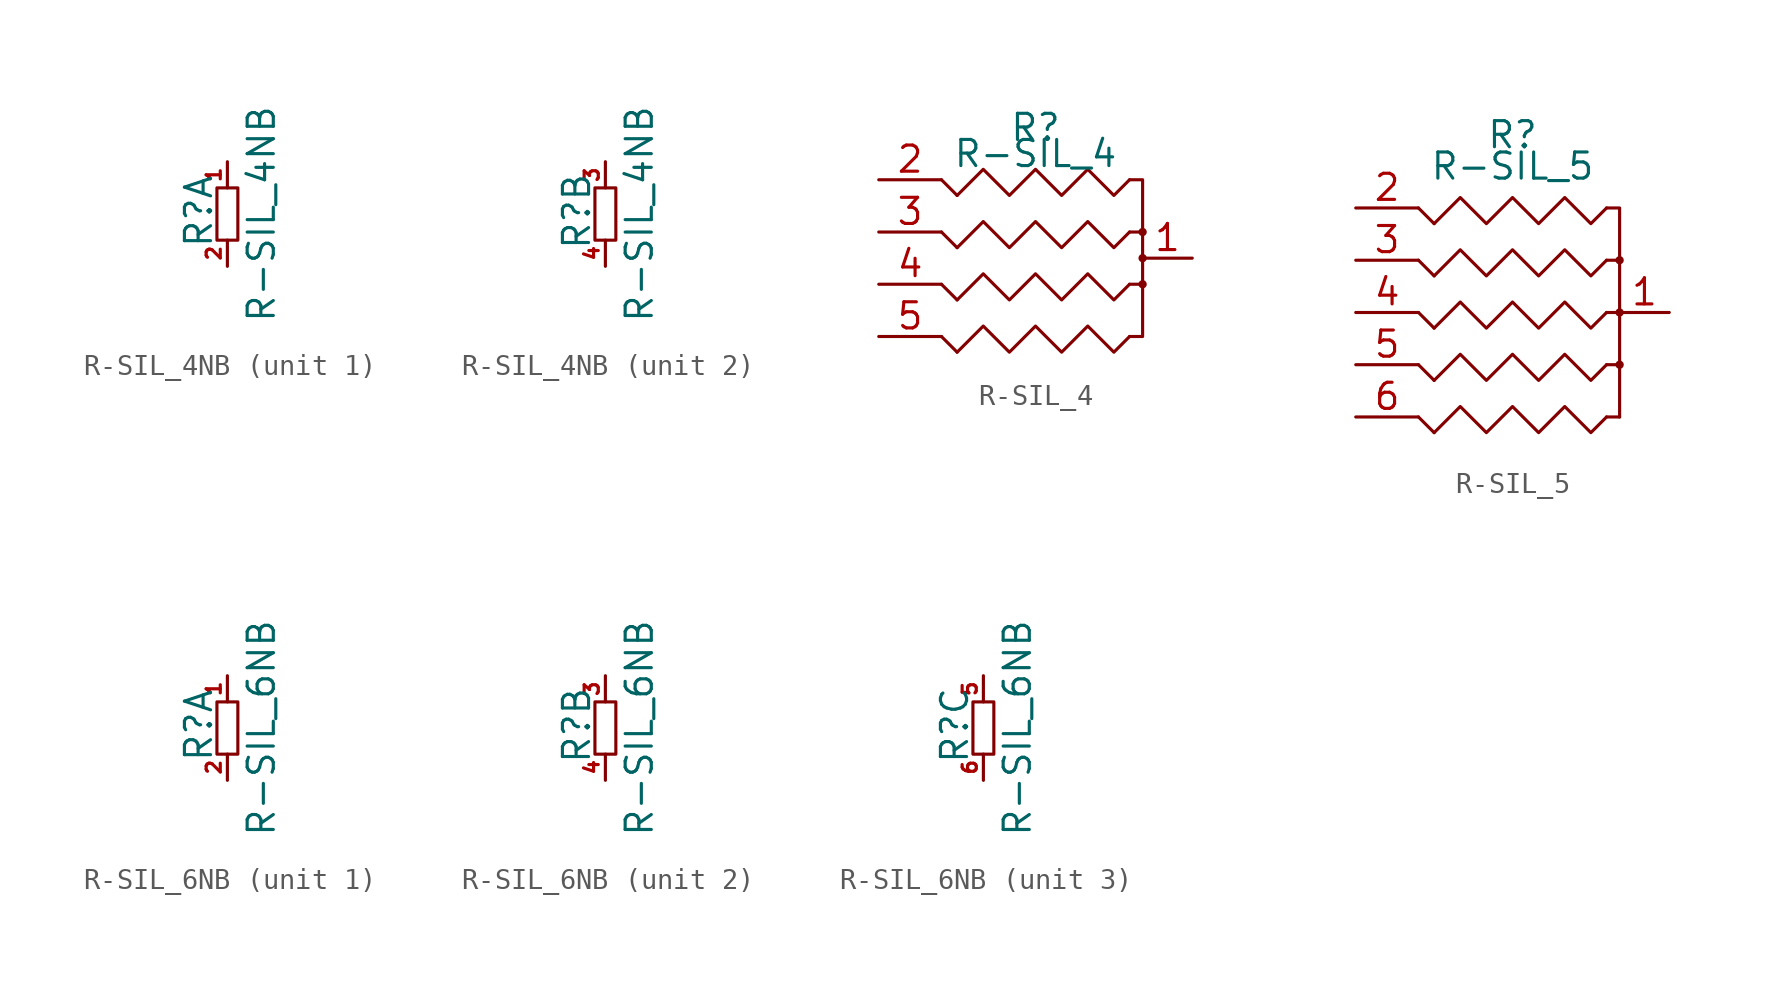
<source format=kicad_sym>
(kicad_symbol_lib
  (version 20220914)
  (generator kicad_symbol_editor)
  (symbol "R-SIL_4NB"
    (pin_names
      (offset 0) hide)
    (property "Reference" "R"
      (at -1.397 0.127 90)
      (effects (font (size 1.27 1.27))))
    (property "Value" "R-SIL_4NB"
      (at 1.651 0 90)
      (effects (font (size 1.27 1.27))))
    (property "Footprint" ""
      (at 0 0 0)
      (effects (font (size 1.524 1.524))))
    (property "Datasheet" ""
      (at 0 0 0)
      (effects (font (size 1.524 1.524))))
    (symbol "R-SIL_4NB_0_1"
      (rectangle (start 0.508 1.27) (end -0.508 -1.27) (stroke (width 0) (type solid)) (fill (type none))))
    (symbol "R-SIL_4NB_1_1"
      (pin passive line (at 0 2.54 270) (length 1.27) (name "~" (effects (font (size 0.686 0.686)))) (number "1" (effects (font (size 0.686 0.686)))))
      (pin passive line (at 0 -2.54 90) (length 1.27) (name "~" (effects (font (size 1.524 1.524)))) (number "2" (effects (font (size 0.686 0.686))))))
    (symbol "R-SIL_4NB_2_1"
      (pin passive line (at 0 2.54 270) (length 1.27) (name "~" (effects (font (size 0.686 0.686)))) (number "3" (effects (font (size 0.686 0.686)))))
      (pin passive line (at 0 -2.54 90) (length 1.27) (name "~" (effects (font (size 1.524 1.524)))) (number "4" (effects (font (size 0.686 0.686)))))))
  (symbol "R-SIL_4"
    (pin_names
      (offset 0) hide)
    (property "Reference" "R"
      (at 0 6.35 0)
      (effects (font (size 1.27 1.27))))
    (property "Value" "R-SIL_4"
      (at 0 5.08 0)
      (effects (font (size 1.27 1.27))))
    (property "Footprint" ""
      (at 0 0 0)
      (effects (font (size 1.524 1.524))))
    (property "Datasheet" ""
      (at 0 0 0)
      (effects (font (size 1.524 1.524))))
    (symbol "R-SIL_4_0_1"
      (polyline (pts (xy -3.81 -4.572) (xy -4.572 -3.81) (xy -4.572 -3.81)) (stroke (width 0) (type solid)) (fill (type none)))
      (polyline (pts (xy -3.81 -2.032) (xy -4.572 -1.27) (xy -4.572 -1.27)) (stroke (width 0) (type solid)) (fill (type none)))
      (polyline (pts (xy -3.81 0.508) (xy -4.572 1.27) (xy -4.572 1.27)) (stroke (width 0) (type solid)) (fill (type none)))
      (polyline (pts (xy -3.81 3.048) (xy -4.572 3.81) (xy -4.572 3.81)) (stroke (width 0) (type solid)) (fill (type none)))
      (polyline (pts (xy 4.572 -1.27) (xy 5.207 -1.27) (xy 5.207 -1.27)) (stroke (width 0) (type solid)) (fill (type none)))
      (polyline (pts (xy 4.572 1.27) (xy 5.207 1.27) (xy 5.207 1.27)) (stroke (width 0) (type solid)) (fill (type none)))
      (polyline (pts (xy 4.572 -3.81) (xy 5.207 -3.81) (xy 5.207 3.81) (xy 4.572 3.81) (xy 4.572 3.81)) (stroke (width 0) (type solid)) (fill (type none)))
      (polyline (pts (xy -3.81 -4.572) (xy -2.54 -3.302) (xy -1.27 -4.572) (xy 0 -3.302) (xy 1.27 -4.572) (xy 2.54 -3.302) (xy 3.81 -4.572) (xy 4.572 -3.81) (xy 4.572 -3.81)) (stroke (width 0) (type solid)) (fill (type none)))
      (polyline (pts (xy -3.81 -2.032) (xy -2.54 -0.762) (xy -1.27 -2.032) (xy 0 -0.762) (xy 1.27 -2.032) (xy 2.54 -0.762) (xy 3.81 -2.032) (xy 4.572 -1.27) (xy 4.572 -1.27)) (stroke (width 0) (type solid)) (fill (type none)))
      (polyline (pts (xy -3.81 0.508) (xy -2.54 1.778) (xy -1.27 0.508) (xy 0 1.778) (xy 1.27 0.508) (xy 2.54 1.778) (xy 3.81 0.508) (xy 4.572 1.27) (xy 4.572 1.27)) (stroke (width 0) (type solid)) (fill (type none)))
      (polyline (pts (xy -3.81 3.048) (xy -2.54 4.318) (xy -1.27 3.048) (xy 0 4.318) (xy 1.27 3.048) (xy 2.54 4.318) (xy 3.81 3.048) (xy 4.572 3.81) (xy 4.572 3.81)) (stroke (width 0) (type solid)) (fill (type none)))
      (circle (center 5.207 -1.27) (radius 0.127) (stroke (width 0) (type solid)) (fill (type none)))
      (circle (center 5.207 0) (radius 0.127) (stroke (width 0) (type solid)) (fill (type none)))
      (circle (center 5.207 1.27) (radius 0.127) (stroke (width 0) (type solid)) (fill (type none))))
    (symbol "R-SIL_4_1_1"
      (pin passive line (at 7.62 0 180) (length 2.413) (name "~" (effects (font (size 1.27 1.27)))) (number "1" (effects (font (size 1.27 1.27)))))
      (pin passive line (at -7.62 3.81 0) (length 3.048) (name "~" (effects (font (size 1.27 1.27)))) (number "2" (effects (font (size 1.27 1.27)))))
      (pin passive line (at -7.62 1.27 0) (length 3.048) (name "~" (effects (font (size 1.27 1.27)))) (number "3" (effects (font (size 1.27 1.27)))))
      (pin passive line (at -7.62 -1.27 0) (length 3.048) (name "~" (effects (font (size 1.27 1.27)))) (number "4" (effects (font (size 1.27 1.27)))))
      (pin passive line (at -7.62 -3.81 0) (length 3.048) (name "~" (effects (font (size 1.27 1.27)))) (number "5" (effects (font (size 1.27 1.27)))))))
  (symbol "R-SIL_5"
    (pin_names
      (offset 0) hide)
    (property "Reference" "R"
      (at 0 8.636 0)
      (effects (font (size 1.27 1.27))))
    (property "Value" "R-SIL_5"
      (at 0 7.112 0)
      (effects (font (size 1.27 1.27))))
    (property "Footprint" ""
      (at 0 0 0)
      (effects (font (size 1.524 1.524))))
    (property "Datasheet" ""
      (at 0 0 0)
      (effects (font (size 1.524 1.524))))
    (symbol "R-SIL_5_0_1"
      (polyline (pts (xy 5.207 -2.54) (xy 5.207 -5.08)) (stroke (width 0) (type solid)) (fill (type none)))
      (polyline (pts (xy -3.81 -5.842) (xy -4.572 -5.08) (xy -4.572 -5.08)) (stroke (width 0) (type solid)) (fill (type none)))
      (polyline (pts (xy -3.81 -3.302) (xy -4.572 -2.54) (xy -4.572 -2.54)) (stroke (width 0) (type solid)) (fill (type none)))
      (polyline (pts (xy -3.81 -0.762) (xy -4.572 0) (xy -4.572 0)) (stroke (width 0) (type solid)) (fill (type none)))
      (polyline (pts (xy -3.81 1.778) (xy -4.572 2.54) (xy -4.572 2.54)) (stroke (width 0) (type solid)) (fill (type none)))
      (polyline (pts (xy -3.81 4.318) (xy -4.572 5.08) (xy -4.572 5.08)) (stroke (width 0) (type solid)) (fill (type none)))
      (polyline (pts (xy 4.572 -5.08) (xy 5.207 -5.08) (xy 5.207 -5.08)) (stroke (width 0) (type solid)) (fill (type none)))
      (polyline (pts (xy 4.572 0) (xy 5.207 0) (xy 5.207 0)) (stroke (width 0) (type solid)) (fill (type none)))
      (polyline (pts (xy 4.572 2.54) (xy 5.207 2.54) (xy 5.207 2.54)) (stroke (width 0) (type solid)) (fill (type none)))
      (polyline (pts (xy 4.572 -2.54) (xy 5.207 -2.54) (xy 5.207 5.08) (xy 4.572 5.08) (xy 4.572 5.08)) (stroke (width 0) (type solid)) (fill (type none)))
      (polyline (pts (xy -3.81 -5.842) (xy -2.54 -4.572) (xy -1.27 -5.842) (xy 0 -4.572) (xy 1.27 -5.842) (xy 2.54 -4.572) (xy 3.81 -5.842) (xy 4.572 -5.08) (xy 4.572 -5.08)) (stroke (width 0) (type solid)) (fill (type none)))
      (polyline (pts (xy -3.81 -3.302) (xy -2.54 -2.032) (xy -1.27 -3.302) (xy 0 -2.032) (xy 1.27 -3.302) (xy 2.54 -2.032) (xy 3.81 -3.302) (xy 4.572 -2.54) (xy 4.572 -2.54)) (stroke (width 0) (type solid)) (fill (type none)))
      (polyline (pts (xy -3.81 -0.762) (xy -2.54 0.508) (xy -1.27 -0.762) (xy 0 0.508) (xy 1.27 -0.762) (xy 2.54 0.508) (xy 3.81 -0.762) (xy 4.572 0) (xy 4.572 0)) (stroke (width 0) (type solid)) (fill (type none)))
      (polyline (pts (xy -3.81 1.778) (xy -2.54 3.048) (xy -1.27 1.778) (xy 0 3.048) (xy 1.27 1.778) (xy 2.54 3.048) (xy 3.81 1.778) (xy 4.572 2.54) (xy 4.572 2.54)) (stroke (width 0) (type solid)) (fill (type none)))
      (polyline (pts (xy -3.81 4.318) (xy -2.54 5.588) (xy -1.27 4.318) (xy 0 5.588) (xy 1.27 4.318) (xy 2.54 5.588) (xy 3.81 4.318) (xy 4.572 5.08) (xy 4.572 5.08)) (stroke (width 0) (type solid)) (fill (type none)))
      (circle (center 5.207 -2.54) (radius 0.127) (stroke (width 0) (type solid)) (fill (type none)))
      (circle (center 5.207 0) (radius 0.127) (stroke (width 0) (type solid)) (fill (type none)))
      (circle (center 5.207 2.54) (radius 0.127) (stroke (width 0) (type solid)) (fill (type none))))
    (symbol "R-SIL_5_1_1"
      (pin passive line (at 7.62 0 180) (length 2.413) (name "~" (effects (font (size 1.27 1.27)))) (number "1" (effects (font (size 1.27 1.27)))))
      (pin passive line (at -7.62 5.08 0) (length 3.048) (name "~" (effects (font (size 1.27 1.27)))) (number "2" (effects (font (size 1.27 1.27)))))
      (pin passive line (at -7.62 2.54 0) (length 3.048) (name "~" (effects (font (size 1.27 1.27)))) (number "3" (effects (font (size 1.27 1.27)))))
      (pin passive line (at -7.62 0 0) (length 3.048) (name "~" (effects (font (size 1.27 1.27)))) (number "4" (effects (font (size 1.27 1.27)))))
      (pin passive line (at -7.62 -2.54 0) (length 3.048) (name "~" (effects (font (size 1.27 1.27)))) (number "5" (effects (font (size 1.27 1.27)))))
      (pin passive line (at -7.62 -5.08 0) (length 3.048) (name "~" (effects (font (size 1.27 1.27)))) (number "6" (effects (font (size 1.27 1.27)))))))
  (symbol "R-SIL_6NB"
    (pin_names
      (offset 0) hide)
    (property "Reference" "R"
      (at -1.397 0.127 90)
      (effects (font (size 1.27 1.27))))
    (property "Value" "R-SIL_6NB"
      (at 1.651 0 90)
      (effects (font (size 1.27 1.27))))
    (property "Footprint" ""
      (at 0 0 0)
      (effects (font (size 1.524 1.524))))
    (property "Datasheet" ""
      (at 0 0 0)
      (effects (font (size 1.524 1.524))))
    (symbol "R-SIL_6NB_0_1"
      (rectangle (start 0.508 1.27) (end -0.508 -1.27) (stroke (width 0) (type solid)) (fill (type none))))
    (symbol "R-SIL_6NB_1_1"
      (pin passive line (at 0 2.54 270) (length 1.27) (name "~" (effects (font (size 0.686 0.686)))) (number "1" (effects (font (size 0.686 0.686)))))
      (pin passive line (at 0 -2.54 90) (length 1.27) (name "~" (effects (font (size 1.524 1.524)))) (number "2" (effects (font (size 0.686 0.686))))))
    (symbol "R-SIL_6NB_2_1"
      (pin passive line (at 0 2.54 270) (length 1.27) (name "~" (effects (font (size 0.686 0.686)))) (number "3" (effects (font (size 0.686 0.686)))))
      (pin passive line (at 0 -2.54 90) (length 1.27) (name "~" (effects (font (size 1.524 1.524)))) (number "4" (effects (font (size 0.686 0.686))))))
    (symbol "R-SIL_6NB_3_1"
      (pin passive line (at 0 2.54 270) (length 1.27) (name "~" (effects (font (size 0.686 0.686)))) (number "5" (effects (font (size 0.686 0.686)))))
      (pin passive line (at 0 -2.54 90) (length 1.27) (name "~" (effects (font (size 1.524 1.524)))) (number "6" (effects (font (size 0.686 0.686))))))))
</source>
